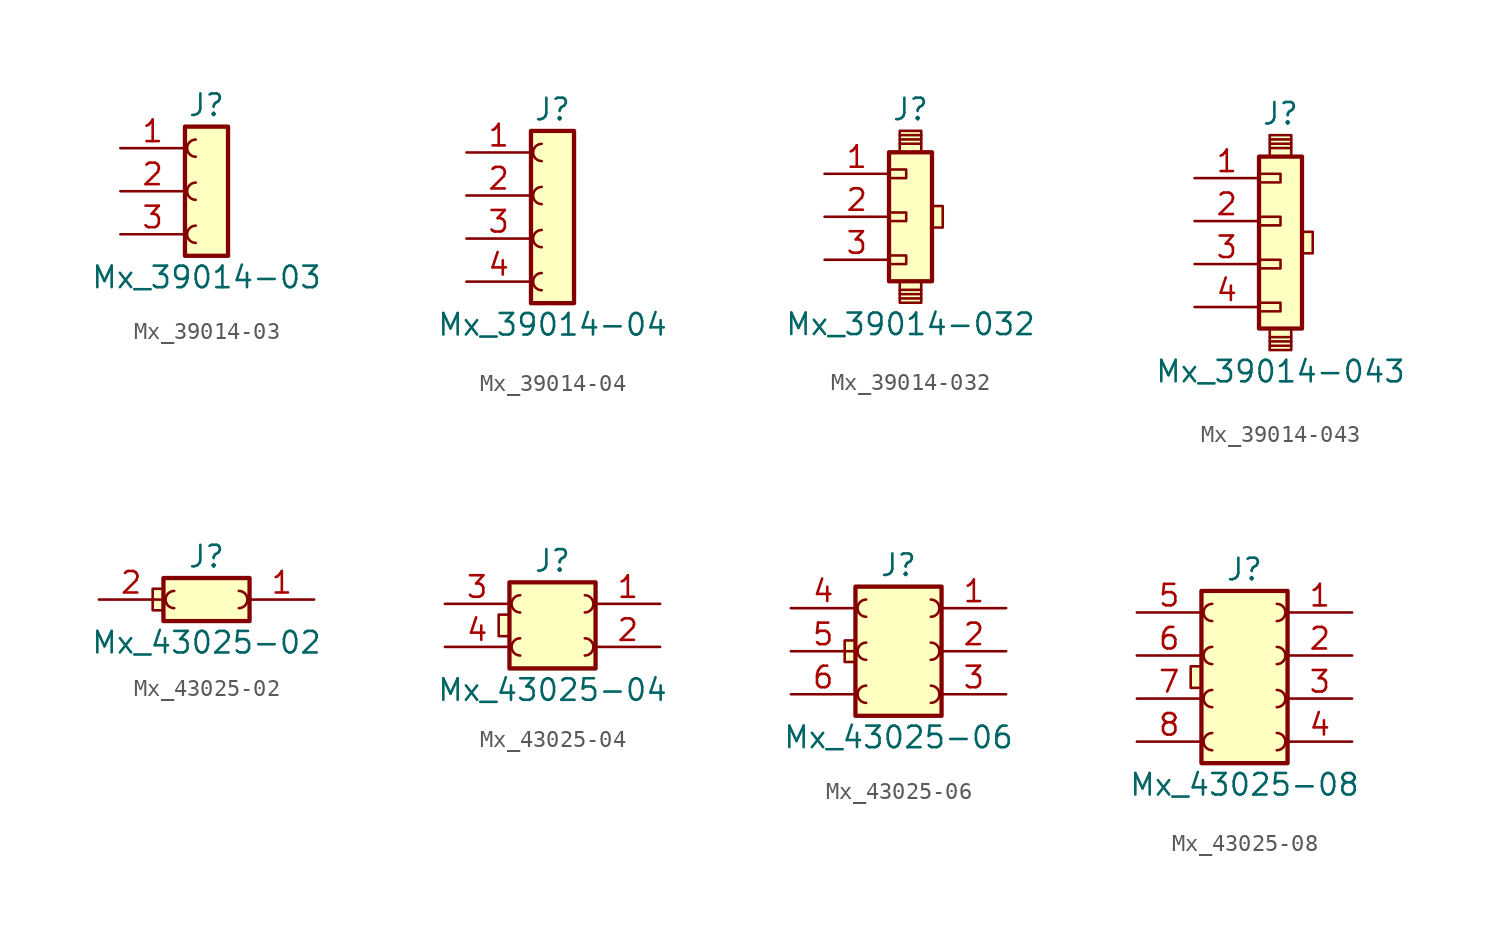
<source format=kicad_sym>
(kicad_symbol_lib
  (version 20220914)
  (generator kicad_symbol_editor)
  (symbol "Mx_39014-03"
    (pin_names
      (offset 1.016) hide)
    (property "Reference" "J"
      (at 0 5.08 0)
      (effects (font (size 1.27 1.27))))
    (property "Value" "Mx_39014-03"
      (at 0 -5.08 0)
      (effects (font (size 1.27 1.27))))
    (symbol "Mx_39014-03_1_1"
      (rectangle (start -1.27 3.81) (end 1.27 -3.81) (stroke (width 0.254) (type default)) (fill (type background)))
      (arc (start -0.635 -2.032) (mid -1.1408 -2.54) (end -0.635 -3.048) (stroke (width 0) (type default)) (fill (type none)))
      (arc (start -0.635 0.508) (mid -1.1408 0) (end -0.635 -0.508) (stroke (width 0) (type default)) (fill (type none)))
      (arc (start -0.635 3.048) (mid -1.1408 2.54) (end -0.635 2.032) (stroke (width 0) (type default)) (fill (type none)))
      (pin passive line (at -5.08 2.54 0) (length 3.81) (name "Pin_1" (effects (font (size 1.27 1.27)))) (number "1" (effects (font (size 1.27 1.27)))))
      (pin passive line (at -5.08 0 0) (length 3.81) (name "Pin_2" (effects (font (size 1.27 1.27)))) (number "2" (effects (font (size 1.27 1.27)))))
      (pin passive line (at -5.08 -2.54 0) (length 3.81) (name "Pin_3" (effects (font (size 1.27 1.27)))) (number "3" (effects (font (size 1.27 1.27)))))))
  (symbol "Mx_39014-04"
    (pin_names
      (offset 1.016) hide)
    (property "Reference" "J"
      (at 0 7.62 0)
      (effects (font (size 1.27 1.27))))
    (property "Value" "Mx_39014-04"
      (at 0 -5.08 0)
      (effects (font (size 1.27 1.27))))
    (symbol "Mx_39014-04_1_1"
      (rectangle (start -1.27 6.35) (end 1.27 -3.81) (stroke (width 0.254) (type default)) (fill (type background)))
      (arc (start -0.635 -2.032) (mid -1.1408 -2.54) (end -0.635 -3.048) (stroke (width 0) (type default)) (fill (type none)))
      (arc (start -0.635 0.508) (mid -1.1408 0) (end -0.635 -0.508) (stroke (width 0) (type default)) (fill (type none)))
      (arc (start -0.635 3.048) (mid -1.1408 2.54) (end -0.635 2.032) (stroke (width 0) (type default)) (fill (type none)))
      (arc (start -0.635 5.588) (mid -1.1408 5.08) (end -0.635 4.572) (stroke (width 0) (type default)) (fill (type none)))
      (pin passive line (at -5.08 5.08 0) (length 3.81) (name "Pin_1" (effects (font (size 1.27 1.27)))) (number "1" (effects (font (size 1.27 1.27)))))
      (pin passive line (at -5.08 2.54 0) (length 3.81) (name "Pin_2" (effects (font (size 1.27 1.27)))) (number "2" (effects (font (size 1.27 1.27)))))
      (pin passive line (at -5.08 0 0) (length 3.81) (name "Pin_3" (effects (font (size 1.27 1.27)))) (number "3" (effects (font (size 1.27 1.27)))))
      (pin passive line (at -5.08 -2.54 0) (length 3.81) (name "Pin_4" (effects (font (size 1.27 1.27)))) (number "4" (effects (font (size 1.27 1.27)))))))
  (symbol "Mx_39014-032"
    (pin_names
      (offset 1.016) hide)
    (property "Reference" "J"
      (at 0 6.35 0)
      (effects (font (size 1.27 1.27))))
    (property "Value" "Mx_39014-032"
      (at 0 -6.35 0)
      (effects (font (size 1.27 1.27))))
    (symbol "Mx_39014-032_0_1"
      (rectangle (start -1.27 -2.286) (end -0.254 -2.794) (stroke (width 0.152) (type default)) (fill (type none)))
      (rectangle (start -1.27 0.254) (end -0.254 -0.254) (stroke (width 0.152) (type default)) (fill (type none)))
      (rectangle (start -1.27 2.794) (end -0.254 2.286) (stroke (width 0.152) (type default)) (fill (type none)))
      (rectangle (start -0.635 3.81) (end 0.635 5.08) (stroke (width 0.152) (type default)) (fill (type background)))
      (polyline (pts (xy -0.635 4.318) (xy 0.635 4.318)) (stroke (width 0.152) (type default)) (fill (type none)))
      (polyline (pts (xy -0.635 4.572) (xy 0.635 4.572)) (stroke (width 0.152) (type default)) (fill (type none)))
      (polyline (pts (xy -0.635 4.826) (xy 0.635 4.826)) (stroke (width 0.152) (type default)) (fill (type none)))
      (polyline (pts (xy 0.635 -4.826) (xy -0.635 -4.826)) (stroke (width 0.152) (type default)) (fill (type none)))
      (polyline (pts (xy 0.635 -4.572) (xy -0.635 -4.572)) (stroke (width 0.152) (type default)) (fill (type none)))
      (polyline (pts (xy 0.635 -4.318) (xy -0.635 -4.318)) (stroke (width 0.152) (type default)) (fill (type none)))
      (rectangle (start 0.635 -3.81) (end -0.635 -5.08) (stroke (width 0.152) (type default)) (fill (type background)))
      (rectangle (start 1.27 0.635) (end 1.905 -0.635) (stroke (width 0.152) (type default)) (fill (type background))))
    (symbol "Mx_39014-032_1_1"
      (rectangle (start -1.27 3.81) (end 1.27 -3.81) (stroke (width 0.254) (type default)) (fill (type background)))
      (pin passive line (at -5.08 2.54 0) (length 3.81) (name "Pin_1" (effects (font (size 1.27 1.27)))) (number "1" (effects (font (size 1.27 1.27)))))
      (pin passive line (at -5.08 0 0) (length 3.81) (name "Pin_2" (effects (font (size 1.27 1.27)))) (number "2" (effects (font (size 1.27 1.27)))))
      (pin passive line (at -5.08 -2.54 0) (length 3.81) (name "Pin_3" (effects (font (size 1.27 1.27)))) (number "3" (effects (font (size 1.27 1.27)))))))
  (symbol "Mx_39014-043"
    (pin_names
      (offset 1.016) hide)
    (property "Reference" "J"
      (at 0 7.62 0)
      (effects (font (size 1.27 1.27))))
    (property "Value" "Mx_39014-043"
      (at 0 -7.62 0)
      (effects (font (size 1.27 1.27))))
    (symbol "Mx_39014-043_0_1"
      (rectangle (start -1.27 -3.556) (end 0 -4.064) (stroke (width 0.152) (type default)) (fill (type none)))
      (rectangle (start -1.27 -1.016) (end 0 -1.524) (stroke (width 0.152) (type default)) (fill (type none)))
      (rectangle (start -1.27 1.524) (end 0 1.016) (stroke (width 0.152) (type default)) (fill (type none)))
      (rectangle (start -1.27 4.064) (end 0 3.556) (stroke (width 0.152) (type default)) (fill (type none)))
      (rectangle (start -0.635 -6.35) (end -0.635 -6.35) (stroke (width 0.152) (type default)) (fill (type none)))
      (rectangle (start -0.635 -5.08) (end 0.635 -6.35) (stroke (width 0.152) (type default)) (fill (type background)))
      (rectangle (start -0.635 6.35) (end -0.635 6.35) (stroke (width 0.152) (type default)) (fill (type none)))
      (polyline (pts (xy 0.635 -6.096) (xy -0.635 -6.096)) (stroke (width 0.152) (type default)) (fill (type none)))
      (polyline (pts (xy 0.635 -5.842) (xy -0.635 -5.842)) (stroke (width 0.152) (type default)) (fill (type none)))
      (polyline (pts (xy 0.635 -5.588) (xy -0.635 -5.588)) (stroke (width 0.152) (type default)) (fill (type none)))
      (polyline (pts (xy 0.635 5.588) (xy -0.635 5.588)) (stroke (width 0.152) (type default)) (fill (type none)))
      (polyline (pts (xy 0.635 5.842) (xy -0.635 5.842)) (stroke (width 0.152) (type default)) (fill (type none)))
      (polyline (pts (xy 0.635 6.096) (xy -0.635 6.096)) (stroke (width 0.152) (type default)) (fill (type none)))
      (rectangle (start 0.635 6.35) (end -0.635 5.08) (stroke (width 0.152) (type default)) (fill (type background)))
      (rectangle (start 1.27 -0.635) (end 1.905 0.635) (stroke (width 0) (type default)) (fill (type background))))
    (symbol "Mx_39014-043_1_1"
      (rectangle (start -1.27 5.08) (end 1.27 -5.08) (stroke (width 0.254) (type default)) (fill (type background)))
      (pin passive line (at -5.08 3.81 0) (length 3.81) (name "Pin_1" (effects (font (size 1.27 1.27)))) (number "1" (effects (font (size 1.27 1.27)))))
      (pin passive line (at -5.08 1.27 0) (length 3.81) (name "Pin_2" (effects (font (size 1.27 1.27)))) (number "2" (effects (font (size 1.27 1.27)))))
      (pin passive line (at -5.08 -1.27 0) (length 3.81) (name "Pin_3" (effects (font (size 1.27 1.27)))) (number "3" (effects (font (size 1.27 1.27)))))
      (pin passive line (at -5.08 -3.81 0) (length 3.81) (name "Pin_4" (effects (font (size 1.27 1.27)))) (number "4" (effects (font (size 1.27 1.27)))))))
  (symbol "Mx_43025-02"
    (pin_names
      (offset 1.016) hide)
    (property "Reference" "J"
      (at 0 2.54 0)
      (effects (font (size 1.27 1.27))))
    (property "Value" "Mx_43025-02"
      (at 0 -2.54 0)
      (effects (font (size 1.27 1.27))))
    (symbol "Mx_43025-02_0_1"
      (rectangle (start -2.54 0.635) (end -3.175 -0.635) (stroke (width 0) (type default)) (fill (type background))))
    (symbol "Mx_43025-02_1_1"
      (arc (start -1.905 0.508) (mid -2.4108 0) (end -1.905 -0.508) (stroke (width 0) (type default)) (fill (type none)))
      (arc (start 1.905 -0.508) (mid 2.4108 0) (end 1.905 0.508) (stroke (width 0) (type default)) (fill (type none)))
      (rectangle (start 2.54 1.27) (end -2.54 -1.27) (stroke (width 0.254) (type default)) (fill (type background)))
      (pin passive line (at 6.35 0 180) (length 3.81) (name "Pin_1" (effects (font (size 1.27 1.27)))) (number "1" (effects (font (size 1.27 1.27)))))
      (pin passive line (at -6.35 0 0) (length 3.81) (name "Pin_2" (effects (font (size 1.27 1.27)))) (number "2" (effects (font (size 1.27 1.27)))))))
  (symbol "Mx_43025-04"
    (pin_names
      (offset 1.016) hide)
    (property "Reference" "J"
      (at 0 3.81 0)
      (effects (font (size 1.27 1.27))))
    (property "Value" "Mx_43025-04"
      (at 0 -3.81 0)
      (effects (font (size 1.27 1.27))))
    (symbol "Mx_43025-04_0_1"
      (rectangle (start -3.175 0.635) (end -2.54 -0.635) (stroke (width 0) (type default)) (fill (type background))))
    (symbol "Mx_43025-04_1_1"
      (arc (start -1.905 -0.762) (mid -2.4108 -1.27) (end -1.905 -1.778) (stroke (width 0) (type default)) (fill (type none)))
      (arc (start -1.905 1.778) (mid -2.4108 1.27) (end -1.905 0.762) (stroke (width 0) (type default)) (fill (type none)))
      (arc (start 1.905 -1.778) (mid 2.4108 -1.27) (end 1.905 -0.762) (stroke (width 0) (type default)) (fill (type none)))
      (arc (start 1.905 0.762) (mid 2.4108 1.27) (end 1.905 1.778) (stroke (width 0) (type default)) (fill (type none)))
      (rectangle (start 2.54 2.54) (end -2.54 -2.54) (stroke (width 0.254) (type default)) (fill (type background)))
      (pin passive line (at 6.35 1.27 180) (length 3.81) (name "Pin_1" (effects (font (size 1.27 1.27)))) (number "1" (effects (font (size 1.27 1.27)))))
      (pin passive line (at 6.35 -1.27 180) (length 3.81) (name "Pin_2" (effects (font (size 1.27 1.27)))) (number "2" (effects (font (size 1.27 1.27)))))
      (pin passive line (at -6.35 1.27 0) (length 3.81) (name "Pin_3" (effects (font (size 1.27 1.27)))) (number "3" (effects (font (size 1.27 1.27)))))
      (pin passive line (at -6.35 -1.27 0) (length 3.81) (name "Pin_4" (effects (font (size 1.27 1.27)))) (number "4" (effects (font (size 1.27 1.27)))))))
  (symbol "Mx_43025-06"
    (pin_names
      (offset 1.016) hide)
    (property "Reference" "J"
      (at 0 5.08 0)
      (effects (font (size 1.27 1.27))))
    (property "Value" "Mx_43025-06"
      (at 0 -5.08 0)
      (effects (font (size 1.27 1.27))))
    (symbol "Mx_43025-06_0_1"
      (rectangle (start -3.175 -0.635) (end -2.54 0.635) (stroke (width 0) (type default)) (fill (type background))))
    (symbol "Mx_43025-06_1_1"
      (arc (start -1.905 -2.032) (mid -2.4108 -2.54) (end -1.905 -3.048) (stroke (width 0) (type default)) (fill (type none)))
      (arc (start -1.905 0.508) (mid -2.4108 0) (end -1.905 -0.508) (stroke (width 0) (type default)) (fill (type none)))
      (arc (start -1.905 3.048) (mid -2.4108 2.54) (end -1.905 2.032) (stroke (width 0) (type default)) (fill (type none)))
      (arc (start 1.905 -3.048) (mid 2.4108 -2.54) (end 1.905 -2.032) (stroke (width 0) (type default)) (fill (type none)))
      (arc (start 1.905 -0.508) (mid 2.4108 0) (end 1.905 0.508) (stroke (width 0) (type default)) (fill (type none)))
      (arc (start 1.905 2.032) (mid 2.4108 2.54) (end 1.905 3.048) (stroke (width 0) (type default)) (fill (type none)))
      (rectangle (start 2.54 3.81) (end -2.54 -3.81) (stroke (width 0.254) (type default)) (fill (type background)))
      (pin passive line (at 6.35 2.54 180) (length 3.81) (name "Pin_1" (effects (font (size 1.27 1.27)))) (number "1" (effects (font (size 1.27 1.27)))))
      (pin passive line (at 6.35 0 180) (length 3.81) (name "Pin_2" (effects (font (size 1.27 1.27)))) (number "2" (effects (font (size 1.27 1.27)))))
      (pin passive line (at 6.35 -2.54 180) (length 3.81) (name "Pin_3" (effects (font (size 1.27 1.27)))) (number "3" (effects (font (size 1.27 1.27)))))
      (pin passive line (at -6.35 2.54 0) (length 3.81) (name "Pin_4" (effects (font (size 1.27 1.27)))) (number "4" (effects (font (size 1.27 1.27)))))
      (pin passive line (at -6.35 0 0) (length 3.81) (name "Pin_5" (effects (font (size 1.27 1.27)))) (number "5" (effects (font (size 1.27 1.27)))))
      (pin passive line (at -6.35 -2.54 0) (length 3.81) (name "Pin_6" (effects (font (size 1.27 1.27)))) (number "6" (effects (font (size 1.27 1.27)))))))
  (symbol "Mx_43025-08"
    (pin_names
      (offset 1.016) hide)
    (property "Reference" "J"
      (at 0 6.35 0)
      (effects (font (size 1.27 1.27))))
    (property "Value" "Mx_43025-08"
      (at 0 -6.35 0)
      (effects (font (size 1.27 1.27))))
    (symbol "Mx_43025-08_0_1"
      (rectangle (start -3.175 0.635) (end -2.54 -0.635) (stroke (width 0) (type default)) (fill (type background))))
    (symbol "Mx_43025-08_1_1"
      (arc (start -1.905 -3.302) (mid -2.4108 -3.81) (end -1.905 -4.318) (stroke (width 0) (type default)) (fill (type none)))
      (arc (start -1.905 -0.762) (mid -2.4108 -1.27) (end -1.905 -1.778) (stroke (width 0) (type default)) (fill (type none)))
      (arc (start -1.905 1.778) (mid -2.4108 1.27) (end -1.905 0.762) (stroke (width 0) (type default)) (fill (type none)))
      (arc (start -1.905 4.318) (mid -2.4108 3.81) (end -1.905 3.302) (stroke (width 0) (type default)) (fill (type none)))
      (arc (start 1.905 -4.318) (mid 2.4108 -3.81) (end 1.905 -3.302) (stroke (width 0) (type default)) (fill (type none)))
      (arc (start 1.905 -1.778) (mid 2.4108 -1.27) (end 1.905 -0.762) (stroke (width 0) (type default)) (fill (type none)))
      (arc (start 1.905 0.762) (mid 2.4108 1.27) (end 1.905 1.778) (stroke (width 0) (type default)) (fill (type none)))
      (arc (start 1.905 3.302) (mid 2.4108 3.81) (end 1.905 4.318) (stroke (width 0) (type default)) (fill (type none)))
      (rectangle (start 2.54 5.08) (end -2.54 -5.08) (stroke (width 0.254) (type default)) (fill (type background)))
      (pin passive line (at 6.35 3.81 180) (length 3.81) (name "Pin_1" (effects (font (size 1.27 1.27)))) (number "1" (effects (font (size 1.27 1.27)))))
      (pin passive line (at 6.35 1.27 180) (length 3.81) (name "Pin_2" (effects (font (size 1.27 1.27)))) (number "2" (effects (font (size 1.27 1.27)))))
      (pin passive line (at 6.35 -1.27 180) (length 3.81) (name "Pin_3" (effects (font (size 1.27 1.27)))) (number "3" (effects (font (size 1.27 1.27)))))
      (pin passive line (at 6.35 -3.81 180) (length 3.81) (name "Pin_4" (effects (font (size 1.27 1.27)))) (number "4" (effects (font (size 1.27 1.27)))))
      (pin passive line (at -6.35 3.81 0) (length 3.81) (name "Pin_5" (effects (font (size 1.27 1.27)))) (number "5" (effects (font (size 1.27 1.27)))))
      (pin passive line (at -6.35 1.27 0) (length 3.81) (name "Pin_6" (effects (font (size 1.27 1.27)))) (number "6" (effects (font (size 1.27 1.27)))))
      (pin passive line (at -6.35 -1.27 0) (length 3.81) (name "Pin_7" (effects (font (size 1.27 1.27)))) (number "7" (effects (font (size 1.27 1.27)))))
      (pin passive line (at -6.35 -3.81 0) (length 3.81) (name "Pin_8" (effects (font (size 1.27 1.27)))) (number "8" (effects (font (size 1.27 1.27))))))))
</source>
